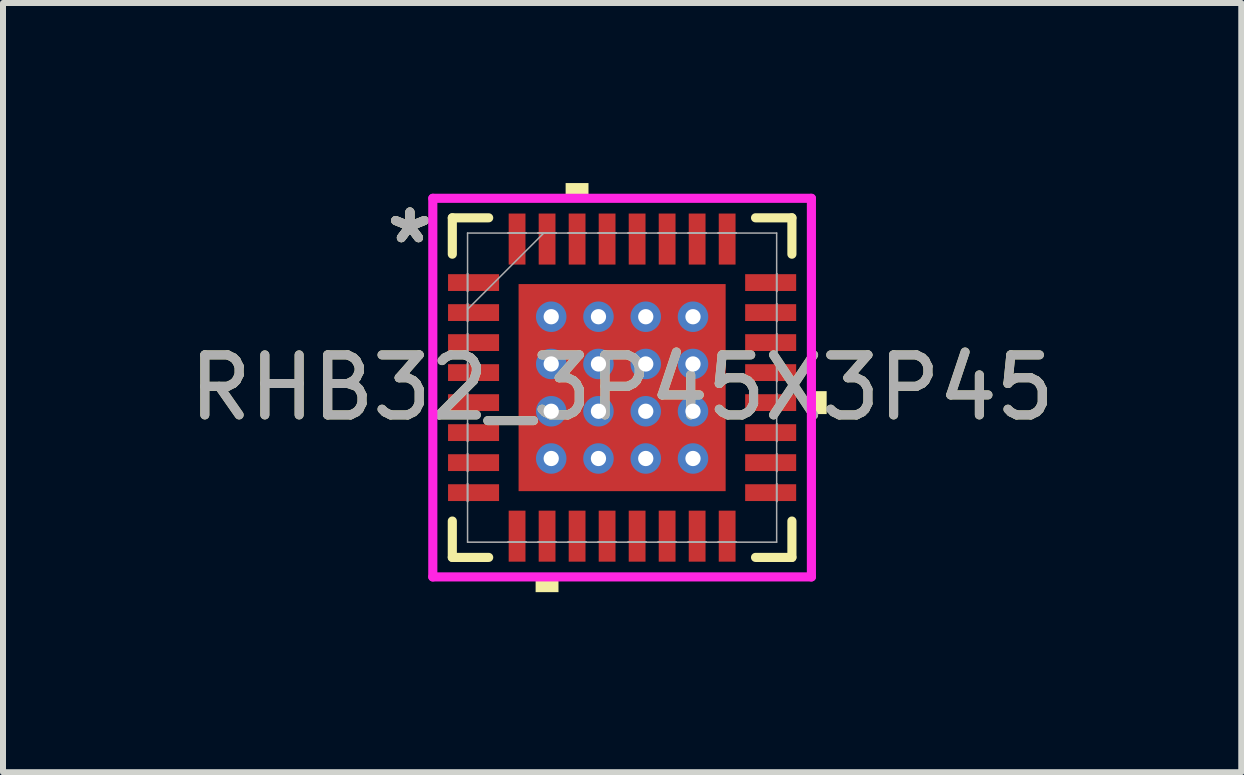
<source format=kicad_pcb>
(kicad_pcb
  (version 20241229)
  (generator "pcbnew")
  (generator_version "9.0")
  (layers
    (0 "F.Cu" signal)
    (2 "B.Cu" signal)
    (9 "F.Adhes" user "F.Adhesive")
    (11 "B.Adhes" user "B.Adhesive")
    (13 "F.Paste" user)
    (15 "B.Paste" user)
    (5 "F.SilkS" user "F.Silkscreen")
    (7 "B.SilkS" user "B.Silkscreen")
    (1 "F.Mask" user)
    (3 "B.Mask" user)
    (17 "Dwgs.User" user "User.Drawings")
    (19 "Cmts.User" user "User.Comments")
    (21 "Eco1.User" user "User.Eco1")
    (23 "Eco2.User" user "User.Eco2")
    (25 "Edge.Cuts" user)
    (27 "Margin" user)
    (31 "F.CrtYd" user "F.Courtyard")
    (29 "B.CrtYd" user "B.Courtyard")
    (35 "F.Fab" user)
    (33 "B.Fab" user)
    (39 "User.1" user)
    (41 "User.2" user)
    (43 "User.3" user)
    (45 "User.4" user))
  (footprint "RHB32_3P45X3P45"
    (layer "F.Cu")
    (at 7.315 3.408)
    (property "Reference" "RHB32_3P45X3P45" (at 0 0 0) (unlocked yes) (layer "F.SilkS") (effects (font (size 1 1) (thickness 0.15))))
    (attr smd)
    (fp_poly (pts (xy -2.97 -1.96) (xy -2.97 -1.54) (xy -1.98 -1.54) (xy -1.98 -1.96)) (stroke (width 0) (type solid)) (fill yes) (layer "F.Mask"))
    (fp_poly (pts (xy -2.97 -1.46) (xy -2.97 -1.04) (xy -1.98 -1.04) (xy -1.98 -1.46)) (stroke (width 0) (type solid)) (fill yes) (layer "F.Mask"))
    (fp_poly (pts (xy -2.97 -0.96) (xy -2.97 -0.54) (xy -1.98 -0.54) (xy -1.98 -0.96)) (stroke (width 0) (type solid)) (fill yes) (layer "F.Mask"))
    (fp_poly (pts (xy -2.97 -0.46) (xy -2.97 -0.04) (xy -1.98 -0.04) (xy -1.98 -0.46)) (stroke (width 0) (type solid)) (fill yes) (layer "F.Mask"))
    (fp_poly (pts (xy -2.97 0.04) (xy -2.97 0.46) (xy -1.98 0.46) (xy -1.98 0.04)) (stroke (width 0) (type solid)) (fill yes) (layer "F.Mask"))
    (fp_poly (pts (xy -2.97 0.54) (xy -2.97 0.96) (xy -1.98 0.96) (xy -1.98 0.54)) (stroke (width 0) (type solid)) (fill yes) (layer "F.Mask"))
    (fp_poly (pts (xy -2.97 1.04) (xy -2.97 1.46) (xy -1.98 1.46) (xy -1.98 1.04)) (stroke (width 0) (type solid)) (fill yes) (layer "F.Mask"))
    (fp_poly (pts (xy -2.97 1.54) (xy -2.97 1.96) (xy -1.98 1.96) (xy -1.98 1.54)) (stroke (width 0) (type solid)) (fill yes) (layer "F.Mask"))
    (fp_poly (pts (xy -1.96 -2.97) (xy -1.96 -1.98) (xy -1.541 -1.98) (xy -1.541 -2.97)) (stroke (width 0) (type solid)) (fill yes) (layer "F.Mask"))
    (fp_poly (pts (xy -1.96 1.98) (xy -1.96 2.97) (xy -1.541 2.97) (xy -1.541 1.98)) (stroke (width 0) (type solid)) (fill yes) (layer "F.Mask"))
    (fp_poly (pts (xy -1.788 -1.788) (xy -1.381 -1.788) (xy -1.381 1.788) (xy -1.788 1.788)) (stroke (width 0) (type solid)) (fill yes) (layer "F.Mask"))
    (fp_poly (pts (xy -1.788 -1.788) (xy 1.788 -1.788) (xy 1.788 -1.381) (xy -1.788 -1.381)) (stroke (width 0) (type solid)) (fill yes) (layer "F.Mask"))
    (fp_poly (pts (xy -1.788 -0.981) (xy 1.788 -0.981) (xy 1.788 -0.594) (xy -1.788 -0.594)) (stroke (width 0) (type solid)) (fill yes) (layer "F.Mask"))
    (fp_poly (pts (xy -1.788 -0.194) (xy 1.788 -0.194) (xy 1.788 0.194) (xy -1.788 0.194)) (stroke (width 0) (type solid)) (fill yes) (layer "F.Mask"))
    (fp_poly (pts (xy -1.788 0.594) (xy 1.788 0.594) (xy 1.788 0.981) (xy -1.788 0.981)) (stroke (width 0) (type solid)) (fill yes) (layer "F.Mask"))
    (fp_poly (pts (xy -1.788 1.381) (xy 1.788 1.381) (xy 1.788 1.788) (xy -1.788 1.788)) (stroke (width 0) (type solid)) (fill yes) (layer "F.Mask"))
    (fp_poly (pts (xy -1.46 -2.97) (xy -1.46 -1.98) (xy -1.041 -1.98) (xy -1.041 -2.97)) (stroke (width 0) (type solid)) (fill yes) (layer "F.Mask"))
    (fp_poly (pts (xy -1.46 1.98) (xy -1.46 2.97) (xy -1.041 2.97) (xy -1.041 1.98)) (stroke (width 0) (type solid)) (fill yes) (layer "F.Mask"))
    (fp_poly (pts (xy -0.96 -2.97) (xy -0.96 -1.98) (xy -0.541 -1.98) (xy -0.541 -2.97)) (stroke (width 0) (type solid)) (fill yes) (layer "F.Mask"))
    (fp_poly (pts (xy -0.96 1.98) (xy -0.96 2.97) (xy -0.541 2.97) (xy -0.541 1.98)) (stroke (width 0) (type solid)) (fill yes) (layer "F.Mask"))
    (fp_poly (pts (xy -0.594 -1.788) (xy -0.981 -1.788) (xy -0.981 1.788) (xy -0.594 1.788)) (stroke (width 0) (type solid)) (fill yes) (layer "F.Mask"))
    (fp_poly (pts (xy -0.46 -2.97) (xy -0.46 -1.98) (xy -0.04 -1.98) (xy -0.04 -2.97)) (stroke (width 0) (type solid)) (fill yes) (layer "F.Mask"))
    (fp_poly (pts (xy -0.46 1.98) (xy -0.46 2.97) (xy -0.04 2.97) (xy -0.04 1.98)) (stroke (width 0) (type solid)) (fill yes) (layer "F.Mask"))
    (fp_poly (pts (xy 0.04 -2.97) (xy 0.04 -1.98) (xy 0.46 -1.98) (xy 0.46 -2.97)) (stroke (width 0) (type solid)) (fill yes) (layer "F.Mask"))
    (fp_poly (pts (xy 0.04 1.98) (xy 0.04 2.97) (xy 0.46 2.97) (xy 0.46 1.98)) (stroke (width 0) (type solid)) (fill yes) (layer "F.Mask"))
    (fp_poly (pts (xy 0.194 -1.788) (xy -0.194 -1.788) (xy -0.194 1.788) (xy 0.194 1.788)) (stroke (width 0) (type solid)) (fill yes) (layer "F.Mask"))
    (fp_poly (pts (xy 0.541 -2.97) (xy 0.541 -1.98) (xy 0.96 -1.98) (xy 0.96 -2.97)) (stroke (width 0) (type solid)) (fill yes) (layer "F.Mask"))
    (fp_poly (pts (xy 0.541 1.98) (xy 0.541 2.97) (xy 0.96 2.97) (xy 0.96 1.98)) (stroke (width 0) (type solid)) (fill yes) (layer "F.Mask"))
    (fp_poly (pts (xy 0.981 -1.788) (xy 0.594 -1.788) (xy 0.594 1.788) (xy 0.981 1.788)) (stroke (width 0) (type solid)) (fill yes) (layer "F.Mask"))
    (fp_poly (pts (xy 1.041 -2.97) (xy 1.041 -1.98) (xy 1.46 -1.98) (xy 1.46 -2.97)) (stroke (width 0) (type solid)) (fill yes) (layer "F.Mask"))
    (fp_poly (pts (xy 1.041 1.98) (xy 1.041 2.97) (xy 1.46 2.97) (xy 1.46 1.98)) (stroke (width 0) (type solid)) (fill yes) (layer "F.Mask"))
    (fp_poly (pts (xy 1.381 -1.788) (xy 1.788 -1.788) (xy 1.788 1.788) (xy 1.381 1.788)) (stroke (width 0) (type solid)) (fill yes) (layer "F.Mask"))
    (fp_poly (pts (xy 1.541 -2.97) (xy 1.541 -1.98) (xy 1.96 -1.98) (xy 1.96 -2.97)) (stroke (width 0) (type solid)) (fill yes) (layer "F.Mask"))
    (fp_poly (pts (xy 1.541 1.98) (xy 1.541 2.97) (xy 1.96 2.97) (xy 1.96 1.98)) (stroke (width 0) (type solid)) (fill yes) (layer "F.Mask"))
    (fp_poly (pts (xy 1.98 -1.96) (xy 1.98 -1.54) (xy 2.97 -1.54) (xy 2.97 -1.96)) (stroke (width 0) (type solid)) (fill yes) (layer "F.Mask"))
    (fp_poly (pts (xy 1.98 -1.46) (xy 1.98 -1.04) (xy 2.97 -1.04) (xy 2.97 -1.46)) (stroke (width 0) (type solid)) (fill yes) (layer "F.Mask"))
    (fp_poly (pts (xy 1.98 -0.96) (xy 1.98 -0.54) (xy 2.97 -0.54) (xy 2.97 -0.96)) (stroke (width 0) (type solid)) (fill yes) (layer "F.Mask"))
    (fp_poly (pts (xy 1.98 -0.46) (xy 1.98 -0.04) (xy 2.97 -0.04) (xy 2.97 -0.46)) (stroke (width 0) (type solid)) (fill yes) (layer "F.Mask"))
    (fp_poly (pts (xy 1.98 0.04) (xy 1.98 0.46) (xy 2.97 0.46) (xy 2.97 0.04)) (stroke (width 0) (type solid)) (fill yes) (layer "F.Mask"))
    (fp_poly (pts (xy 1.98 0.54) (xy 1.98 0.96) (xy 2.97 0.96) (xy 2.97 0.54)) (stroke (width 0) (type solid)) (fill yes) (layer "F.Mask"))
    (fp_poly (pts (xy 1.98 1.04) (xy 1.98 1.46) (xy 2.97 1.46) (xy 2.97 1.04)) (stroke (width 0) (type solid)) (fill yes) (layer "F.Mask"))
    (fp_poly (pts (xy 1.98 1.54) (xy 1.98 1.96) (xy 2.97 1.96) (xy 2.97 1.54)) (stroke (width 0) (type solid)) (fill yes) (layer "F.Mask"))
    (fp_line (start -2.829 -2.829) (end -2.829 -2.223) (stroke (width 0.152) (type solid)) (layer "F.SilkS"))
    (fp_line (start -2.829 2.223) (end -2.829 2.829) (stroke (width 0.152) (type solid)) (layer "F.SilkS"))
    (fp_line (start -2.829 2.829) (end -2.223 2.829) (stroke (width 0.152) (type solid)) (layer "F.SilkS"))
    (fp_line (start -2.223 -2.829) (end -2.829 -2.829) (stroke (width 0.152) (type solid)) (layer "F.SilkS"))
    (fp_line (start 2.223 2.829) (end 2.829 2.829) (stroke (width 0.152) (type solid)) (layer "F.SilkS"))
    (fp_line (start 2.829 -2.829) (end 2.223 -2.829) (stroke (width 0.152) (type solid)) (layer "F.SilkS"))
    (fp_line (start 2.829 -2.223) (end 2.829 -2.829) (stroke (width 0.152) (type solid)) (layer "F.SilkS"))
    (fp_line (start 2.829 2.829) (end 2.829 2.223) (stroke (width 0.152) (type solid)) (layer "F.SilkS"))
    (fp_poly (pts (xy -1.441 3.154) (xy -1.441 3.408) (xy -1.06 3.408) (xy -1.06 3.154)) (stroke (width 0) (type solid)) (fill yes) (layer "F.SilkS"))
    (fp_poly (pts (xy -0.941 -3.154) (xy -0.941 -3.408) (xy -0.56 -3.408) (xy -0.56 -3.154)) (stroke (width 0) (type solid)) (fill yes) (layer "F.SilkS"))
    (fp_poly (pts (xy 3.408 0.059) (xy 3.408 0.441) (xy 3.154 0.441) (xy 3.154 0.059)) (stroke (width 0) (type solid)) (fill yes) (layer "F.SilkS"))
    (fp_poly (pts (xy -2.875 -1.865) (xy -2.875 -1.635) (xy -2.075 -1.635) (xy -2.075 -1.865)) (stroke (width 0) (type solid)) (fill yes) (layer "F.Paste"))
    (fp_poly (pts (xy -2.875 -1.365) (xy -2.875 -1.135) (xy -2.075 -1.135) (xy -2.075 -1.365)) (stroke (width 0) (type solid)) (fill yes) (layer "F.Paste"))
    (fp_poly (pts (xy -2.875 -0.865) (xy -2.875 -0.635) (xy -2.075 -0.635) (xy -2.075 -0.865)) (stroke (width 0) (type solid)) (fill yes) (layer "F.Paste"))
    (fp_poly (pts (xy -2.875 -0.365) (xy -2.875 -0.135) (xy -2.075 -0.135) (xy -2.075 -0.365)) (stroke (width 0) (type solid)) (fill yes) (layer "F.Paste"))
    (fp_poly (pts (xy -2.875 0.135) (xy -2.875 0.365) (xy -2.075 0.365) (xy -2.075 0.135)) (stroke (width 0) (type solid)) (fill yes) (layer "F.Paste"))
    (fp_poly (pts (xy -2.875 0.635) (xy -2.875 0.865) (xy -2.075 0.865) (xy -2.075 0.635)) (stroke (width 0) (type solid)) (fill yes) (layer "F.Paste"))
    (fp_poly (pts (xy -2.875 1.135) (xy -2.875 1.365) (xy -2.075 1.365) (xy -2.075 1.135)) (stroke (width 0) (type solid)) (fill yes) (layer "F.Paste"))
    (fp_poly (pts (xy -2.875 1.635) (xy -2.875 1.865) (xy -2.075 1.865) (xy -2.075 1.635)) (stroke (width 0) (type solid)) (fill yes) (layer "F.Paste"))
    (fp_poly (pts (xy -1.866 -2.875) (xy -1.866 -2.075) (xy -1.635 -2.075) (xy -1.635 -2.875)) (stroke (width 0) (type solid)) (fill yes) (layer "F.Paste"))
    (fp_poly (pts (xy -1.866 2.075) (xy -1.866 2.875) (xy -1.635 2.875) (xy -1.635 2.075)) (stroke (width 0) (type solid)) (fill yes) (layer "F.Paste"))
    (fp_poly (pts (xy -1.365 -2.875) (xy -1.365 -2.075) (xy -1.135 -2.075) (xy -1.135 -2.875)) (stroke (width 0) (type solid)) (fill yes) (layer "F.Paste"))
    (fp_poly (pts (xy -1.365 2.075) (xy -1.365 2.875) (xy -1.135 2.875) (xy -1.135 2.075)) (stroke (width 0) (type solid)) (fill yes) (layer "F.Paste"))
    (fp_poly (pts (xy -0.865 -2.875) (xy -0.865 -2.075) (xy -0.635 -2.075) (xy -0.635 -2.875)) (stroke (width 0) (type solid)) (fill yes) (layer "F.Paste"))
    (fp_poly (pts (xy -0.865 2.075) (xy -0.865 2.875) (xy -0.635 2.875) (xy -0.635 2.075)) (stroke (width 0) (type solid)) (fill yes) (layer "F.Paste"))
    (fp_poly (pts (xy -0.365 -2.875) (xy -0.365 -2.075) (xy -0.135 -2.075) (xy -0.135 -2.875)) (stroke (width 0) (type solid)) (fill yes) (layer "F.Paste"))
    (fp_poly (pts (xy -0.365 2.075) (xy -0.365 2.875) (xy -0.135 2.875) (xy -0.135 2.075)) (stroke (width 0) (type solid)) (fill yes) (layer "F.Paste"))
    (fp_poly (pts (xy 0.135 -2.875) (xy 0.135 -2.075) (xy 0.365 -2.075) (xy 0.365 -2.875)) (stroke (width 0) (type solid)) (fill yes) (layer "F.Paste"))
    (fp_poly (pts (xy 0.135 2.075) (xy 0.135 2.875) (xy 0.365 2.875) (xy 0.365 2.075)) (stroke (width 0) (type solid)) (fill yes) (layer "F.Paste"))
    (fp_poly (pts (xy 0.635 -2.875) (xy 0.635 -2.075) (xy 0.865 -2.075) (xy 0.865 -2.875)) (stroke (width 0) (type solid)) (fill yes) (layer "F.Paste"))
    (fp_poly (pts (xy 0.635 2.075) (xy 0.635 2.875) (xy 0.865 2.875) (xy 0.865 2.075)) (stroke (width 0) (type solid)) (fill yes) (layer "F.Paste"))
    (fp_poly (pts (xy 1.135 -2.875) (xy 1.135 -2.075) (xy 1.365 -2.075) (xy 1.365 -2.875)) (stroke (width 0) (type solid)) (fill yes) (layer "F.Paste"))
    (fp_poly (pts (xy 1.135 2.075) (xy 1.135 2.875) (xy 1.365 2.875) (xy 1.365 2.075)) (stroke (width 0) (type solid)) (fill yes) (layer "F.Paste"))
    (fp_poly (pts (xy 1.635 -2.875) (xy 1.635 -2.075) (xy 1.866 -2.075) (xy 1.866 -2.875)) (stroke (width 0) (type solid)) (fill yes) (layer "F.Paste"))
    (fp_poly (pts (xy 1.635 2.075) (xy 1.635 2.875) (xy 1.866 2.875) (xy 1.866 2.075)) (stroke (width 0) (type solid)) (fill yes) (layer "F.Paste"))
    (fp_poly (pts (xy 2.075 -1.865) (xy 2.075 -1.635) (xy 2.875 -1.635) (xy 2.875 -1.865)) (stroke (width 0) (type solid)) (fill yes) (layer "F.Paste"))
    (fp_poly (pts (xy 2.075 -1.365) (xy 2.075 -1.135) (xy 2.875 -1.135) (xy 2.875 -1.365)) (stroke (width 0) (type solid)) (fill yes) (layer "F.Paste"))
    (fp_poly (pts (xy 2.075 -0.865) (xy 2.075 -0.635) (xy 2.875 -0.635) (xy 2.875 -0.865)) (stroke (width 0) (type solid)) (fill yes) (layer "F.Paste"))
    (fp_poly (pts (xy 2.075 -0.365) (xy 2.075 -0.135) (xy 2.875 -0.135) (xy 2.875 -0.365)) (stroke (width 0) (type solid)) (fill yes) (layer "F.Paste"))
    (fp_poly (pts (xy 2.075 0.135) (xy 2.075 0.365) (xy 2.875 0.365) (xy 2.875 0.135)) (stroke (width 0) (type solid)) (fill yes) (layer "F.Paste"))
    (fp_poly (pts (xy 2.075 0.635) (xy 2.075 0.865) (xy 2.875 0.865) (xy 2.875 0.635)) (stroke (width 0) (type solid)) (fill yes) (layer "F.Paste"))
    (fp_poly (pts (xy 2.075 1.135) (xy 2.075 1.365) (xy 2.875 1.365) (xy 2.875 1.135)) (stroke (width 0) (type solid)) (fill yes) (layer "F.Paste"))
    (fp_poly (pts (xy 2.075 1.635) (xy 2.075 1.865) (xy 2.875 1.865) (xy 2.875 1.635)) (stroke (width 0) (type solid)) (fill yes) (layer "F.Paste"))
    (fp_poly (pts (xy -1.65 -1.65) (xy -1.65 -1.281) (xy -1.423 -1.281) (xy -1.281 -1.423) (xy -1.281 -1.65)) (stroke (width 0) (type solid)) (fill yes) (layer "F.Paste"))
    (fp_poly (pts (xy -1.65 1.281) (xy -1.65 1.65) (xy -1.281 1.65) (xy -1.281 1.423) (xy -1.423 1.281)) (stroke (width 0) (type solid)) (fill yes) (layer "F.Paste"))
    (fp_poly (pts (xy 1.281 -1.65) (xy 1.281 -1.423) (xy 1.423 -1.281) (xy 1.65 -1.281) (xy 1.65 -1.65)) (stroke (width 0) (type solid)) (fill yes) (layer "F.Paste"))
    (fp_poly (pts (xy 1.423 1.281) (xy 1.281 1.423) (xy 1.281 1.65) (xy 1.65 1.65) (xy 1.65 1.281)) (stroke (width 0) (type solid)) (fill yes) (layer "F.Paste"))
    (fp_poly (pts (xy -1.65 -1.081) (xy -1.65 -0.494) (xy -1.423 -0.494) (xy -1.281 -0.635) (xy -1.281 -0.94) (xy -1.423 -1.081)) (stroke (width 0) (type solid)) (fill yes) (layer "F.Paste"))
    (fp_poly (pts (xy -1.65 -0.294) (xy -1.65 0.294) (xy -1.423 0.294) (xy -1.281 0.152) (xy -1.281 -0.152) (xy -1.423 -0.294)) (stroke (width 0) (type solid)) (fill yes) (layer "F.Paste"))
    (fp_poly (pts (xy -1.65 0.494) (xy -1.65 1.081) (xy -1.423 1.081) (xy -1.281 0.94) (xy -1.281 0.635) (xy -1.423 0.494)) (stroke (width 0) (type solid)) (fill yes) (layer "F.Paste"))
    (fp_poly (pts (xy -1.081 -1.65) (xy -1.081 -1.423) (xy -0.94 -1.281) (xy -0.635 -1.281) (xy -0.494 -1.423) (xy -0.494 -1.65)) (stroke (width 0) (type solid)) (fill yes) (layer "F.Paste"))
    (fp_poly (pts (xy -0.94 1.281) (xy -1.081 1.423) (xy -1.081 1.65) (xy -0.494 1.65) (xy -0.494 1.423) (xy -0.635 1.281)) (stroke (width 0) (type solid)) (fill yes) (layer "F.Paste"))
    (fp_poly (pts (xy -0.294 -1.65) (xy -0.294 -1.423) (xy -0.152 -1.281) (xy 0.152 -1.281) (xy 0.294 -1.423) (xy 0.294 -1.65)) (stroke (width 0) (type solid)) (fill yes) (layer "F.Paste"))
    (fp_poly (pts (xy -0.152 1.281) (xy -0.294 1.423) (xy -0.294 1.65) (xy 0.294 1.65) (xy 0.294 1.423) (xy 0.152 1.281)) (stroke (width 0) (type solid)) (fill yes) (layer "F.Paste"))
    (fp_poly (pts (xy 0.494 -1.65) (xy 0.494 -1.423) (xy 0.635 -1.281) (xy 0.94 -1.281) (xy 1.081 -1.423) (xy 1.081 -1.65)) (stroke (width 0) (type solid)) (fill yes) (layer "F.Paste"))
    (fp_poly (pts (xy 0.635 1.281) (xy 0.494 1.423) (xy 0.494 1.65) (xy 1.081 1.65) (xy 1.081 1.423) (xy 0.94 1.281)) (stroke (width 0) (type solid)) (fill yes) (layer "F.Paste"))
    (fp_poly (pts (xy 1.423 -1.081) (xy 1.281 -0.94) (xy 1.281 -0.635) (xy 1.423 -0.494) (xy 1.65 -0.494) (xy 1.65 -1.081)) (stroke (width 0) (type solid)) (fill yes) (layer "F.Paste"))
    (fp_poly (pts (xy 1.423 -0.294) (xy 1.281 -0.152) (xy 1.281 0.152) (xy 1.423 0.294) (xy 1.65 0.294) (xy 1.65 -0.294)) (stroke (width 0) (type solid)) (fill yes) (layer "F.Paste"))
    (fp_poly (pts (xy 1.423 0.494) (xy 1.281 0.635) (xy 1.281 0.94) (xy 1.423 1.081) (xy 1.65 1.081) (xy 1.65 0.494)) (stroke (width 0) (type solid)) (fill yes) (layer "F.Paste"))
    (fp_poly (pts (xy -0.94 -1.081) (xy -1.081 -0.94) (xy -1.081 -0.635) (xy -0.94 -0.494) (xy -0.635 -0.494) (xy -0.494 -0.635) (xy -0.494 -0.94) (xy -0.635 -1.081)) (stroke (width 0) (type solid)) (fill yes) (layer "F.Paste"))
    (fp_poly (pts (xy -0.94 -0.294) (xy -1.081 -0.152) (xy -1.081 0.152) (xy -0.94 0.294) (xy -0.635 0.294) (xy -0.494 0.152) (xy -0.494 -0.152) (xy -0.635 -0.294)) (stroke (width 0) (type solid)) (fill yes) (layer "F.Paste"))
    (fp_poly (pts (xy -0.94 0.494) (xy -1.081 0.635) (xy -1.081 0.94) (xy -0.94 1.081) (xy -0.635 1.081) (xy -0.494 0.94) (xy -0.494 0.635) (xy -0.635 0.494)) (stroke (width 0) (type solid)) (fill yes) (layer "F.Paste"))
    (fp_poly (pts (xy -0.152 -1.081) (xy -0.294 -0.94) (xy -0.294 -0.635) (xy -0.152 -0.494) (xy 0.152 -0.494) (xy 0.294 -0.635) (xy 0.294 -0.94) (xy 0.152 -1.081)) (stroke (width 0) (type solid)) (fill yes) (layer "F.Paste"))
    (fp_poly (pts (xy -0.152 -0.294) (xy -0.294 -0.152) (xy -0.294 0.152) (xy -0.152 0.294) (xy 0.152 0.294) (xy 0.294 0.152) (xy 0.294 -0.152) (xy 0.152 -0.294)) (stroke (width 0) (type solid)) (fill yes) (layer "F.Paste"))
    (fp_poly (pts (xy -0.152 0.494) (xy -0.294 0.635) (xy -0.294 0.94) (xy -0.152 1.081) (xy 0.152 1.081) (xy 0.294 0.94) (xy 0.294 0.635) (xy 0.152 0.494)) (stroke (width 0) (type solid)) (fill yes) (layer "F.Paste"))
    (fp_poly (pts (xy 0.635 -1.081) (xy 0.494 -0.94) (xy 0.494 -0.635) (xy 0.635 -0.494) (xy 0.94 -0.494) (xy 1.081 -0.635) (xy 1.081 -0.94) (xy 0.94 -1.081)) (stroke (width 0) (type solid)) (fill yes) (layer "F.Paste"))
    (fp_poly (pts (xy 0.635 -0.294) (xy 0.494 -0.152) (xy 0.494 0.152) (xy 0.635 0.294) (xy 0.94 0.294) (xy 1.081 0.152) (xy 1.081 -0.152) (xy 0.94 -0.294)) (stroke (width 0) (type solid)) (fill yes) (layer "F.Paste"))
    (fp_poly (pts (xy 0.635 0.494) (xy 0.494 0.635) (xy 0.494 0.94) (xy 0.635 1.081) (xy 0.94 1.081) (xy 1.081 0.94) (xy 1.081 0.635) (xy 0.94 0.494)) (stroke (width 0) (type solid)) (fill yes) (layer "F.Paste"))
    (fp_line (start -3.154 -3.154) (end 3.154 -3.154) (stroke (width 0.152) (type solid)) (layer "F.CrtYd"))
    (fp_line (start -3.154 3.154) (end -3.154 -3.154) (stroke (width 0.152) (type solid)) (layer "F.CrtYd"))
    (fp_line (start 3.154 -3.154) (end 3.154 3.154) (stroke (width 0.152) (type solid)) (layer "F.CrtYd"))
    (fp_line (start 3.154 3.154) (end -3.154 3.154) (stroke (width 0.152) (type solid)) (layer "F.CrtYd"))
    (fp_line (start -2.575 -2.575) (end -2.575 2.575) (stroke (width 0.025) (type solid)) (layer "F.Fab"))
    (fp_line (start -2.575 -1.9) (end -2.575 -1.9) (stroke (width 0.025) (type solid)) (layer "F.Fab"))
    (fp_line (start -2.575 -1.9) (end -2.575 -1.6) (stroke (width 0.025) (type solid)) (layer "F.Fab"))
    (fp_line (start -2.575 -1.6) (end -2.575 -1.9) (stroke (width 0.025) (type solid)) (layer "F.Fab"))
    (fp_line (start -2.575 -1.6) (end -2.575 -1.6) (stroke (width 0.025) (type solid)) (layer "F.Fab"))
    (fp_line (start -2.575 -1.4) (end -2.575 -1.4) (stroke (width 0.025) (type solid)) (layer "F.Fab"))
    (fp_line (start -2.575 -1.4) (end -2.575 -1.1) (stroke (width 0.025) (type solid)) (layer "F.Fab"))
    (fp_line (start -2.575 -1.305) (end -1.305 -2.575) (stroke (width 0.025) (type solid)) (layer "F.Fab"))
    (fp_line (start -2.575 -1.1) (end -2.575 -1.4) (stroke (width 0.025) (type solid)) (layer "F.Fab"))
    (fp_line (start -2.575 -1.1) (end -2.575 -1.1) (stroke (width 0.025) (type solid)) (layer "F.Fab"))
    (fp_line (start -2.575 -0.9) (end -2.575 -0.9) (stroke (width 0.025) (type solid)) (layer "F.Fab"))
    (fp_line (start -2.575 -0.9) (end -2.575 -0.6) (stroke (width 0.025) (type solid)) (layer "F.Fab"))
    (fp_line (start -2.575 -0.6) (end -2.575 -0.9) (stroke (width 0.025) (type solid)) (layer "F.Fab"))
    (fp_line (start -2.575 -0.6) (end -2.575 -0.6) (stroke (width 0.025) (type solid)) (layer "F.Fab"))
    (fp_line (start -2.575 -0.4) (end -2.575 -0.4) (stroke (width 0.025) (type solid)) (layer "F.Fab"))
    (fp_line (start -2.575 -0.4) (end -2.575 -0.1) (stroke (width 0.025) (type solid)) (layer "F.Fab"))
    (fp_line (start -2.575 -0.1) (end -2.575 -0.4) (stroke (width 0.025) (type solid)) (layer "F.Fab"))
    (fp_line (start -2.575 -0.1) (end -2.575 -0.1) (stroke (width 0.025) (type solid)) (layer "F.Fab"))
    (fp_line (start -2.575 0.1) (end -2.575 0.1) (stroke (width 0.025) (type solid)) (layer "F.Fab"))
    (fp_line (start -2.575 0.1) (end -2.575 0.4) (stroke (width 0.025) (type solid)) (layer "F.Fab"))
    (fp_line (start -2.575 0.4) (end -2.575 0.1) (stroke (width 0.025) (type solid)) (layer "F.Fab"))
    (fp_line (start -2.575 0.4) (end -2.575 0.4) (stroke (width 0.025) (type solid)) (layer "F.Fab"))
    (fp_line (start -2.575 0.6) (end -2.575 0.6) (stroke (width 0.025) (type solid)) (layer "F.Fab"))
    (fp_line (start -2.575 0.6) (end -2.575 0.9) (stroke (width 0.025) (type solid)) (layer "F.Fab"))
    (fp_line (start -2.575 0.9) (end -2.575 0.6) (stroke (width 0.025) (type solid)) (layer "F.Fab"))
    (fp_line (start -2.575 0.9) (end -2.575 0.9) (stroke (width 0.025) (type solid)) (layer "F.Fab"))
    (fp_line (start -2.575 1.1) (end -2.575 1.1) (stroke (width 0.025) (type solid)) (layer "F.Fab"))
    (fp_line (start -2.575 1.1) (end -2.575 1.4) (stroke (width 0.025) (type solid)) (layer "F.Fab"))
    (fp_line (start -2.575 1.4) (end -2.575 1.1) (stroke (width 0.025) (type solid)) (layer "F.Fab"))
    (fp_line (start -2.575 1.4) (end -2.575 1.4) (stroke (width 0.025) (type solid)) (layer "F.Fab"))
    (fp_line (start -2.575 1.6) (end -2.575 1.6) (stroke (width 0.025) (type solid)) (layer "F.Fab"))
    (fp_line (start -2.575 1.6) (end -2.575 1.9) (stroke (width 0.025) (type solid)) (layer "F.Fab"))
    (fp_line (start -2.575 1.9) (end -2.575 1.6) (stroke (width 0.025) (type solid)) (layer "F.Fab"))
    (fp_line (start -2.575 1.9) (end -2.575 1.9) (stroke (width 0.025) (type solid)) (layer "F.Fab"))
    (fp_line (start -2.575 2.575) (end 2.575 2.575) (stroke (width 0.025) (type solid)) (layer "F.Fab"))
    (fp_line (start -1.9 -2.575) (end -1.9 -2.575) (stroke (width 0.025) (type solid)) (layer "F.Fab"))
    (fp_line (start -1.9 -2.575) (end -1.6 -2.575) (stroke (width 0.025) (type solid)) (layer "F.Fab"))
    (fp_line (start -1.9 2.575) (end -1.9 2.575) (stroke (width 0.025) (type solid)) (layer "F.Fab"))
    (fp_line (start -1.9 2.575) (end -1.6 2.575) (stroke (width 0.025) (type solid)) (layer "F.Fab"))
    (fp_line (start -1.6 -2.575) (end -1.9 -2.575) (stroke (width 0.025) (type solid)) (layer "F.Fab"))
    (fp_line (start -1.6 -2.575) (end -1.6 -2.575) (stroke (width 0.025) (type solid)) (layer "F.Fab"))
    (fp_line (start -1.6 2.575) (end -1.9 2.575) (stroke (width 0.025) (type solid)) (layer "F.Fab"))
    (fp_line (start -1.6 2.575) (end -1.6 2.575) (stroke (width 0.025) (type solid)) (layer "F.Fab"))
    (fp_line (start -1.4 -2.575) (end -1.4 -2.575) (stroke (width 0.025) (type solid)) (layer "F.Fab"))
    (fp_line (start -1.4 -2.575) (end -1.1 -2.575) (stroke (width 0.025) (type solid)) (layer "F.Fab"))
    (fp_line (start -1.4 2.575) (end -1.4 2.575) (stroke (width 0.025) (type solid)) (layer "F.Fab"))
    (fp_line (start -1.4 2.575) (end -1.1 2.575) (stroke (width 0.025) (type solid)) (layer "F.Fab"))
    (fp_line (start -1.1 -2.575) (end -1.4 -2.575) (stroke (width 0.025) (type solid)) (layer "F.Fab"))
    (fp_line (start -1.1 -2.575) (end -1.1 -2.575) (stroke (width 0.025) (type solid)) (layer "F.Fab"))
    (fp_line (start -1.1 2.575) (end -1.4 2.575) (stroke (width 0.025) (type solid)) (layer "F.Fab"))
    (fp_line (start -1.1 2.575) (end -1.1 2.575) (stroke (width 0.025) (type solid)) (layer "F.Fab"))
    (fp_line (start -0.9 -2.575) (end -0.9 -2.575) (stroke (width 0.025) (type solid)) (layer "F.Fab"))
    (fp_line (start -0.9 -2.575) (end -0.6 -2.575) (stroke (width 0.025) (type solid)) (layer "F.Fab"))
    (fp_line (start -0.9 2.575) (end -0.9 2.575) (stroke (width 0.025) (type solid)) (layer "F.Fab"))
    (fp_line (start -0.9 2.575) (end -0.6 2.575) (stroke (width 0.025) (type solid)) (layer "F.Fab"))
    (fp_line (start -0.6 -2.575) (end -0.9 -2.575) (stroke (width 0.025) (type solid)) (layer "F.Fab"))
    (fp_line (start -0.6 -2.575) (end -0.6 -2.575) (stroke (width 0.025) (type solid)) (layer "F.Fab"))
    (fp_line (start -0.6 2.575) (end -0.9 2.575) (stroke (width 0.025) (type solid)) (layer "F.Fab"))
    (fp_line (start -0.6 2.575) (end -0.6 2.575) (stroke (width 0.025) (type solid)) (layer "F.Fab"))
    (fp_line (start -0.4 -2.575) (end -0.4 -2.575) (stroke (width 0.025) (type solid)) (layer "F.Fab"))
    (fp_line (start -0.4 -2.575) (end -0.1 -2.575) (stroke (width 0.025) (type solid)) (layer "F.Fab"))
    (fp_line (start -0.4 2.575) (end -0.4 2.575) (stroke (width 0.025) (type solid)) (layer "F.Fab"))
    (fp_line (start -0.4 2.575) (end -0.1 2.575) (stroke (width 0.025) (type solid)) (layer "F.Fab"))
    (fp_line (start -0.1 -2.575) (end -0.4 -2.575) (stroke (width 0.025) (type solid)) (layer "F.Fab"))
    (fp_line (start -0.1 -2.575) (end -0.1 -2.575) (stroke (width 0.025) (type solid)) (layer "F.Fab"))
    (fp_line (start -0.1 2.575) (end -0.4 2.575) (stroke (width 0.025) (type solid)) (layer "F.Fab"))
    (fp_line (start -0.1 2.575) (end -0.1 2.575) (stroke (width 0.025) (type solid)) (layer "F.Fab"))
    (fp_line (start 0.1 -2.575) (end 0.1 -2.575) (stroke (width 0.025) (type solid)) (layer "F.Fab"))
    (fp_line (start 0.1 -2.575) (end 0.4 -2.575) (stroke (width 0.025) (type solid)) (layer "F.Fab"))
    (fp_line (start 0.1 2.575) (end 0.1 2.575) (stroke (width 0.025) (type solid)) (layer "F.Fab"))
    (fp_line (start 0.1 2.575) (end 0.4 2.575) (stroke (width 0.025) (type solid)) (layer "F.Fab"))
    (fp_line (start 0.4 -2.575) (end 0.1 -2.575) (stroke (width 0.025) (type solid)) (layer "F.Fab"))
    (fp_line (start 0.4 -2.575) (end 0.4 -2.575) (stroke (width 0.025) (type solid)) (layer "F.Fab"))
    (fp_line (start 0.4 2.575) (end 0.1 2.575) (stroke (width 0.025) (type solid)) (layer "F.Fab"))
    (fp_line (start 0.4 2.575) (end 0.4 2.575) (stroke (width 0.025) (type solid)) (layer "F.Fab"))
    (fp_line (start 0.6 -2.575) (end 0.6 -2.575) (stroke (width 0.025) (type solid)) (layer "F.Fab"))
    (fp_line (start 0.6 -2.575) (end 0.9 -2.575) (stroke (width 0.025) (type solid)) (layer "F.Fab"))
    (fp_line (start 0.6 2.575) (end 0.6 2.575) (stroke (width 0.025) (type solid)) (layer "F.Fab"))
    (fp_line (start 0.6 2.575) (end 0.9 2.575) (stroke (width 0.025) (type solid)) (layer "F.Fab"))
    (fp_line (start 0.9 -2.575) (end 0.6 -2.575) (stroke (width 0.025) (type solid)) (layer "F.Fab"))
    (fp_line (start 0.9 -2.575) (end 0.9 -2.575) (stroke (width 0.025) (type solid)) (layer "F.Fab"))
    (fp_line (start 0.9 2.575) (end 0.6 2.575) (stroke (width 0.025) (type solid)) (layer "F.Fab"))
    (fp_line (start 0.9 2.575) (end 0.9 2.575) (stroke (width 0.025) (type solid)) (layer "F.Fab"))
    (fp_line (start 1.1 -2.575) (end 1.1 -2.575) (stroke (width 0.025) (type solid)) (layer "F.Fab"))
    (fp_line (start 1.1 -2.575) (end 1.4 -2.575) (stroke (width 0.025) (type solid)) (layer "F.Fab"))
    (fp_line (start 1.1 2.575) (end 1.1 2.575) (stroke (width 0.025) (type solid)) (layer "F.Fab"))
    (fp_line (start 1.1 2.575) (end 1.4 2.575) (stroke (width 0.025) (type solid)) (layer "F.Fab"))
    (fp_line (start 1.4 -2.575) (end 1.1 -2.575) (stroke (width 0.025) (type solid)) (layer "F.Fab"))
    (fp_line (start 1.4 -2.575) (end 1.4 -2.575) (stroke (width 0.025) (type solid)) (layer "F.Fab"))
    (fp_line (start 1.4 2.575) (end 1.1 2.575) (stroke (width 0.025) (type solid)) (layer "F.Fab"))
    (fp_line (start 1.4 2.575) (end 1.4 2.575) (stroke (width 0.025) (type solid)) (layer "F.Fab"))
    (fp_line (start 1.6 -2.575) (end 1.6 -2.575) (stroke (width 0.025) (type solid)) (layer "F.Fab"))
    (fp_line (start 1.6 -2.575) (end 1.9 -2.575) (stroke (width 0.025) (type solid)) (layer "F.Fab"))
    (fp_line (start 1.6 2.575) (end 1.6 2.575) (stroke (width 0.025) (type solid)) (layer "F.Fab"))
    (fp_line (start 1.6 2.575) (end 1.9 2.575) (stroke (width 0.025) (type solid)) (layer "F.Fab"))
    (fp_line (start 1.9 -2.575) (end 1.6 -2.575) (stroke (width 0.025) (type solid)) (layer "F.Fab"))
    (fp_line (start 1.9 -2.575) (end 1.9 -2.575) (stroke (width 0.025) (type solid)) (layer "F.Fab"))
    (fp_line (start 1.9 2.575) (end 1.6 2.575) (stroke (width 0.025) (type solid)) (layer "F.Fab"))
    (fp_line (start 1.9 2.575) (end 1.9 2.575) (stroke (width 0.025) (type solid)) (layer "F.Fab"))
    (fp_line (start 2.575 -2.575) (end -2.575 -2.575) (stroke (width 0.025) (type solid)) (layer "F.Fab"))
    (fp_line (start 2.575 -1.9) (end 2.575 -1.9) (stroke (width 0.025) (type solid)) (layer "F.Fab"))
    (fp_line (start 2.575 -1.9) (end 2.575 -1.6) (stroke (width 0.025) (type solid)) (layer "F.Fab"))
    (fp_line (start 2.575 -1.6) (end 2.575 -1.9) (stroke (width 0.025) (type solid)) (layer "F.Fab"))
    (fp_line (start 2.575 -1.6) (end 2.575 -1.6) (stroke (width 0.025) (type solid)) (layer "F.Fab"))
    (fp_line (start 2.575 -1.4) (end 2.575 -1.4) (stroke (width 0.025) (type solid)) (layer "F.Fab"))
    (fp_line (start 2.575 -1.4) (end 2.575 -1.1) (stroke (width 0.025) (type solid)) (layer "F.Fab"))
    (fp_line (start 2.575 -1.1) (end 2.575 -1.4) (stroke (width 0.025) (type solid)) (layer "F.Fab"))
    (fp_line (start 2.575 -1.1) (end 2.575 -1.1) (stroke (width 0.025) (type solid)) (layer "F.Fab"))
    (fp_line (start 2.575 -0.9) (end 2.575 -0.9) (stroke (width 0.025) (type solid)) (layer "F.Fab"))
    (fp_line (start 2.575 -0.9) (end 2.575 -0.6) (stroke (width 0.025) (type solid)) (layer "F.Fab"))
    (fp_line (start 2.575 -0.6) (end 2.575 -0.9) (stroke (width 0.025) (type solid)) (layer "F.Fab"))
    (fp_line (start 2.575 -0.6) (end 2.575 -0.6) (stroke (width 0.025) (type solid)) (layer "F.Fab"))
    (fp_line (start 2.575 -0.4) (end 2.575 -0.4) (stroke (width 0.025) (type solid)) (layer "F.Fab"))
    (fp_line (start 2.575 -0.4) (end 2.575 -0.1) (stroke (width 0.025) (type solid)) (layer "F.Fab"))
    (fp_line (start 2.575 -0.1) (end 2.575 -0.4) (stroke (width 0.025) (type solid)) (layer "F.Fab"))
    (fp_line (start 2.575 -0.1) (end 2.575 -0.1) (stroke (width 0.025) (type solid)) (layer "F.Fab"))
    (fp_line (start 2.575 0.1) (end 2.575 0.1) (stroke (width 0.025) (type solid)) (layer "F.Fab"))
    (fp_line (start 2.575 0.1) (end 2.575 0.4) (stroke (width 0.025) (type solid)) (layer "F.Fab"))
    (fp_line (start 2.575 0.4) (end 2.575 0.1) (stroke (width 0.025) (type solid)) (layer "F.Fab"))
    (fp_line (start 2.575 0.4) (end 2.575 0.4) (stroke (width 0.025) (type solid)) (layer "F.Fab"))
    (fp_line (start 2.575 0.6) (end 2.575 0.6) (stroke (width 0.025) (type solid)) (layer "F.Fab"))
    (fp_line (start 2.575 0.6) (end 2.575 0.9) (stroke (width 0.025) (type solid)) (layer "F.Fab"))
    (fp_line (start 2.575 0.9) (end 2.575 0.6) (stroke (width 0.025) (type solid)) (layer "F.Fab"))
    (fp_line (start 2.575 0.9) (end 2.575 0.9) (stroke (width 0.025) (type solid)) (layer "F.Fab"))
    (fp_line (start 2.575 1.1) (end 2.575 1.1) (stroke (width 0.025) (type solid)) (layer "F.Fab"))
    (fp_line (start 2.575 1.1) (end 2.575 1.4) (stroke (width 0.025) (type solid)) (layer "F.Fab"))
    (fp_line (start 2.575 1.4) (end 2.575 1.1) (stroke (width 0.025) (type solid)) (layer "F.Fab"))
    (fp_line (start 2.575 1.4) (end 2.575 1.4) (stroke (width 0.025) (type solid)) (layer "F.Fab"))
    (fp_line (start 2.575 1.6) (end 2.575 1.6) (stroke (width 0.025) (type solid)) (layer "F.Fab"))
    (fp_line (start 2.575 1.6) (end 2.575 1.9) (stroke (width 0.025) (type solid)) (layer "F.Fab"))
    (fp_line (start 2.575 1.9) (end 2.575 1.6) (stroke (width 0.025) (type solid)) (layer "F.Fab"))
    (fp_line (start 2.575 1.9) (end 2.575 1.9) (stroke (width 0.025) (type solid)) (layer "F.Fab"))
    (fp_line (start 2.575 2.575) (end 2.575 -2.575) (stroke (width 0.025) (type solid)) (layer "F.Fab"))
    (fp_text user "*" (at -3.535 -2.381 0) (unlocked yes) (layer "F.SilkS") (effects (font (size 1 1) (thickness 0.15))))
    (fp_text user "*" (at -3.535 -2.381 0) (layer "F.SilkS") (effects (font (size 1 1) (thickness 0.15))))
    (fp_text user "*" (at -3.535 -2.381 0) (unlocked yes) (layer "F.Fab") (effects (font (size 1 1) (thickness 0.15))))
    (fp_text user "${REFERENCE}" (at 0 0 0) (unlocked yes) (layer "F.Fab") (effects (font (size 1 1) (thickness 0.15))))
    (fp_text user "*" (at -3.535 -2.381 0) (layer "F.Fab") (effects (font (size 1 1) (thickness 0.15))))
    (pad "1" smd rect (at -2.475 -1.75 90) (size 0.28 0.85) (layers "F.Cu" "F.Mask"))
    (pad "2" smd rect (at -2.475 -1.25 90) (size 0.28 0.85) (layers "F.Cu" "F.Mask"))
    (pad "3" smd rect (at -2.475 -0.75 90) (size 0.28 0.85) (layers "F.Cu" "F.Mask"))
    (pad "4" smd rect (at -2.475 -0.25 90) (size 0.28 0.85) (layers "F.Cu" "F.Mask"))
    (pad "5" smd rect (at -2.475 0.25 90) (size 0.28 0.85) (layers "F.Cu" "F.Mask"))
    (pad "6" smd rect (at -2.475 0.75 90) (size 0.28 0.85) (layers "F.Cu" "F.Mask"))
    (pad "7" smd rect (at -2.475 1.25 90) (size 0.28 0.85) (layers "F.Cu" "F.Mask"))
    (pad "8" smd rect (at -2.475 1.75 90) (size 0.28 0.85) (layers "F.Cu" "F.Mask"))
    (pad "9" smd rect (at -1.75 2.475) (size 0.28 0.85) (layers "F.Cu" "F.Mask"))
    (pad "10" smd rect (at -1.25 2.475) (size 0.28 0.85) (layers "F.Cu" "F.Mask"))
    (pad "11" smd rect (at -0.75 2.475) (size 0.28 0.85) (layers "F.Cu" "F.Mask"))
    (pad "12" smd rect (at -0.25 2.475) (size 0.28 0.85) (layers "F.Cu" "F.Mask"))
    (pad "13" smd rect (at 0.25 2.475) (size 0.28 0.85) (layers "F.Cu" "F.Mask"))
    (pad "14" smd rect (at 0.75 2.475) (size 0.28 0.85) (layers "F.Cu" "F.Mask"))
    (pad "15" smd rect (at 1.25 2.475) (size 0.28 0.85) (layers "F.Cu" "F.Mask"))
    (pad "16" smd rect (at 1.75 2.475) (size 0.28 0.85) (layers "F.Cu" "F.Mask"))
    (pad "17" smd rect (at 2.475 1.75 90) (size 0.28 0.85) (layers "F.Cu" "F.Mask"))
    (pad "18" smd rect (at 2.475 1.25 90) (size 0.28 0.85) (layers "F.Cu" "F.Mask"))
    (pad "19" smd rect (at 2.475 0.75 90) (size 0.28 0.85) (layers "F.Cu" "F.Mask"))
    (pad "20" smd rect (at 2.475 0.25 90) (size 0.28 0.85) (layers "F.Cu" "F.Mask"))
    (pad "21" smd rect (at 2.475 -0.25 90) (size 0.28 0.85) (layers "F.Cu" "F.Mask"))
    (pad "22" smd rect (at 2.475 -0.75 90) (size 0.28 0.85) (layers "F.Cu" "F.Mask"))
    (pad "23" smd rect (at 2.475 -1.25 90) (size 0.28 0.85) (layers "F.Cu" "F.Mask"))
    (pad "24" smd rect (at 2.475 -1.75 90) (size 0.28 0.85) (layers "F.Cu" "F.Mask"))
    (pad "25" smd rect (at 1.75 -2.475) (size 0.28 0.85) (layers "F.Cu" "F.Mask"))
    (pad "26" smd rect (at 1.25 -2.475) (size 0.28 0.85) (layers "F.Cu" "F.Mask"))
    (pad "27" smd rect (at 0.75 -2.475) (size 0.28 0.85) (layers "F.Cu" "F.Mask"))
    (pad "28" smd rect (at 0.25 -2.475) (size 0.28 0.85) (layers "F.Cu" "F.Mask"))
    (pad "29" smd rect (at -0.25 -2.475) (size 0.28 0.85) (layers "F.Cu" "F.Mask"))
    (pad "30" smd rect (at -0.75 -2.475) (size 0.28 0.85) (layers "F.Cu" "F.Mask"))
    (pad "31" smd rect (at -1.25 -2.475) (size 0.28 0.85) (layers "F.Cu" "F.Mask"))
    (pad "32" smd rect (at -1.75 -2.475) (size 0.28 0.85) (layers "F.Cu" "F.Mask"))
    (pad "33" smd rect (at 0 0) (size 3.45 3.45) (layers "F.Cu"))
    (pad "V" thru_hole circle (at -1.181 -1.181) (size 0.508 0.508) (drill 0.254) (layers "*.Cu" "*.Mask"))
    (pad "V" thru_hole circle (at -1.181 -0.394) (size 0.508 0.508) (drill 0.254) (layers "*.Cu" "*.Mask"))
    (pad "V" thru_hole circle (at -1.181 0.394) (size 0.508 0.508) (drill 0.254) (layers "*.Cu" "*.Mask"))
    (pad "V" thru_hole circle (at -1.181 1.181) (size 0.508 0.508) (drill 0.254) (layers "*.Cu" "*.Mask"))
    (pad "V" thru_hole circle (at -0.394 -1.181) (size 0.508 0.508) (drill 0.254) (layers "*.Cu" "*.Mask"))
    (pad "V" thru_hole circle (at -0.394 -0.394) (size 0.508 0.508) (drill 0.254) (layers "*.Cu" "*.Mask"))
    (pad "V" thru_hole circle (at -0.394 0.394) (size 0.508 0.508) (drill 0.254) (layers "*.Cu" "*.Mask"))
    (pad "V" thru_hole circle (at -0.394 1.181) (size 0.508 0.508) (drill 0.254) (layers "*.Cu" "*.Mask"))
    (pad "V" thru_hole circle (at 0.394 -1.181) (size 0.508 0.508) (drill 0.254) (layers "*.Cu" "*.Mask"))
    (pad "V" thru_hole circle (at 0.394 -0.394) (size 0.508 0.508) (drill 0.254) (layers "*.Cu" "*.Mask"))
    (pad "V" thru_hole circle (at 0.394 0.394) (size 0.508 0.508) (drill 0.254) (layers "*.Cu" "*.Mask"))
    (pad "V" thru_hole circle (at 0.394 1.181) (size 0.508 0.508) (drill 0.254) (layers "*.Cu" "*.Mask"))
    (pad "V" thru_hole circle (at 1.181 -1.181) (size 0.508 0.508) (drill 0.254) (layers "*.Cu" "*.Mask"))
    (pad "V" thru_hole circle (at 1.181 -0.394) (size 0.508 0.508) (drill 0.254) (layers "*.Cu" "*.Mask"))
    (pad "V" thru_hole circle (at 1.181 0.394) (size 0.508 0.508) (drill 0.254) (layers "*.Cu" "*.Mask"))
    (pad "V" thru_hole circle (at 1.181 1.181) (size 0.508 0.508) (drill 0.254) (layers "*.Cu" "*.Mask")))
  (gr_rect
    (start -3 -3)
    (end 17.631 9.816)
    (stroke (width 0.1) (type default))
    (fill no)
    (layer "Edge.Cuts")))
</source>
